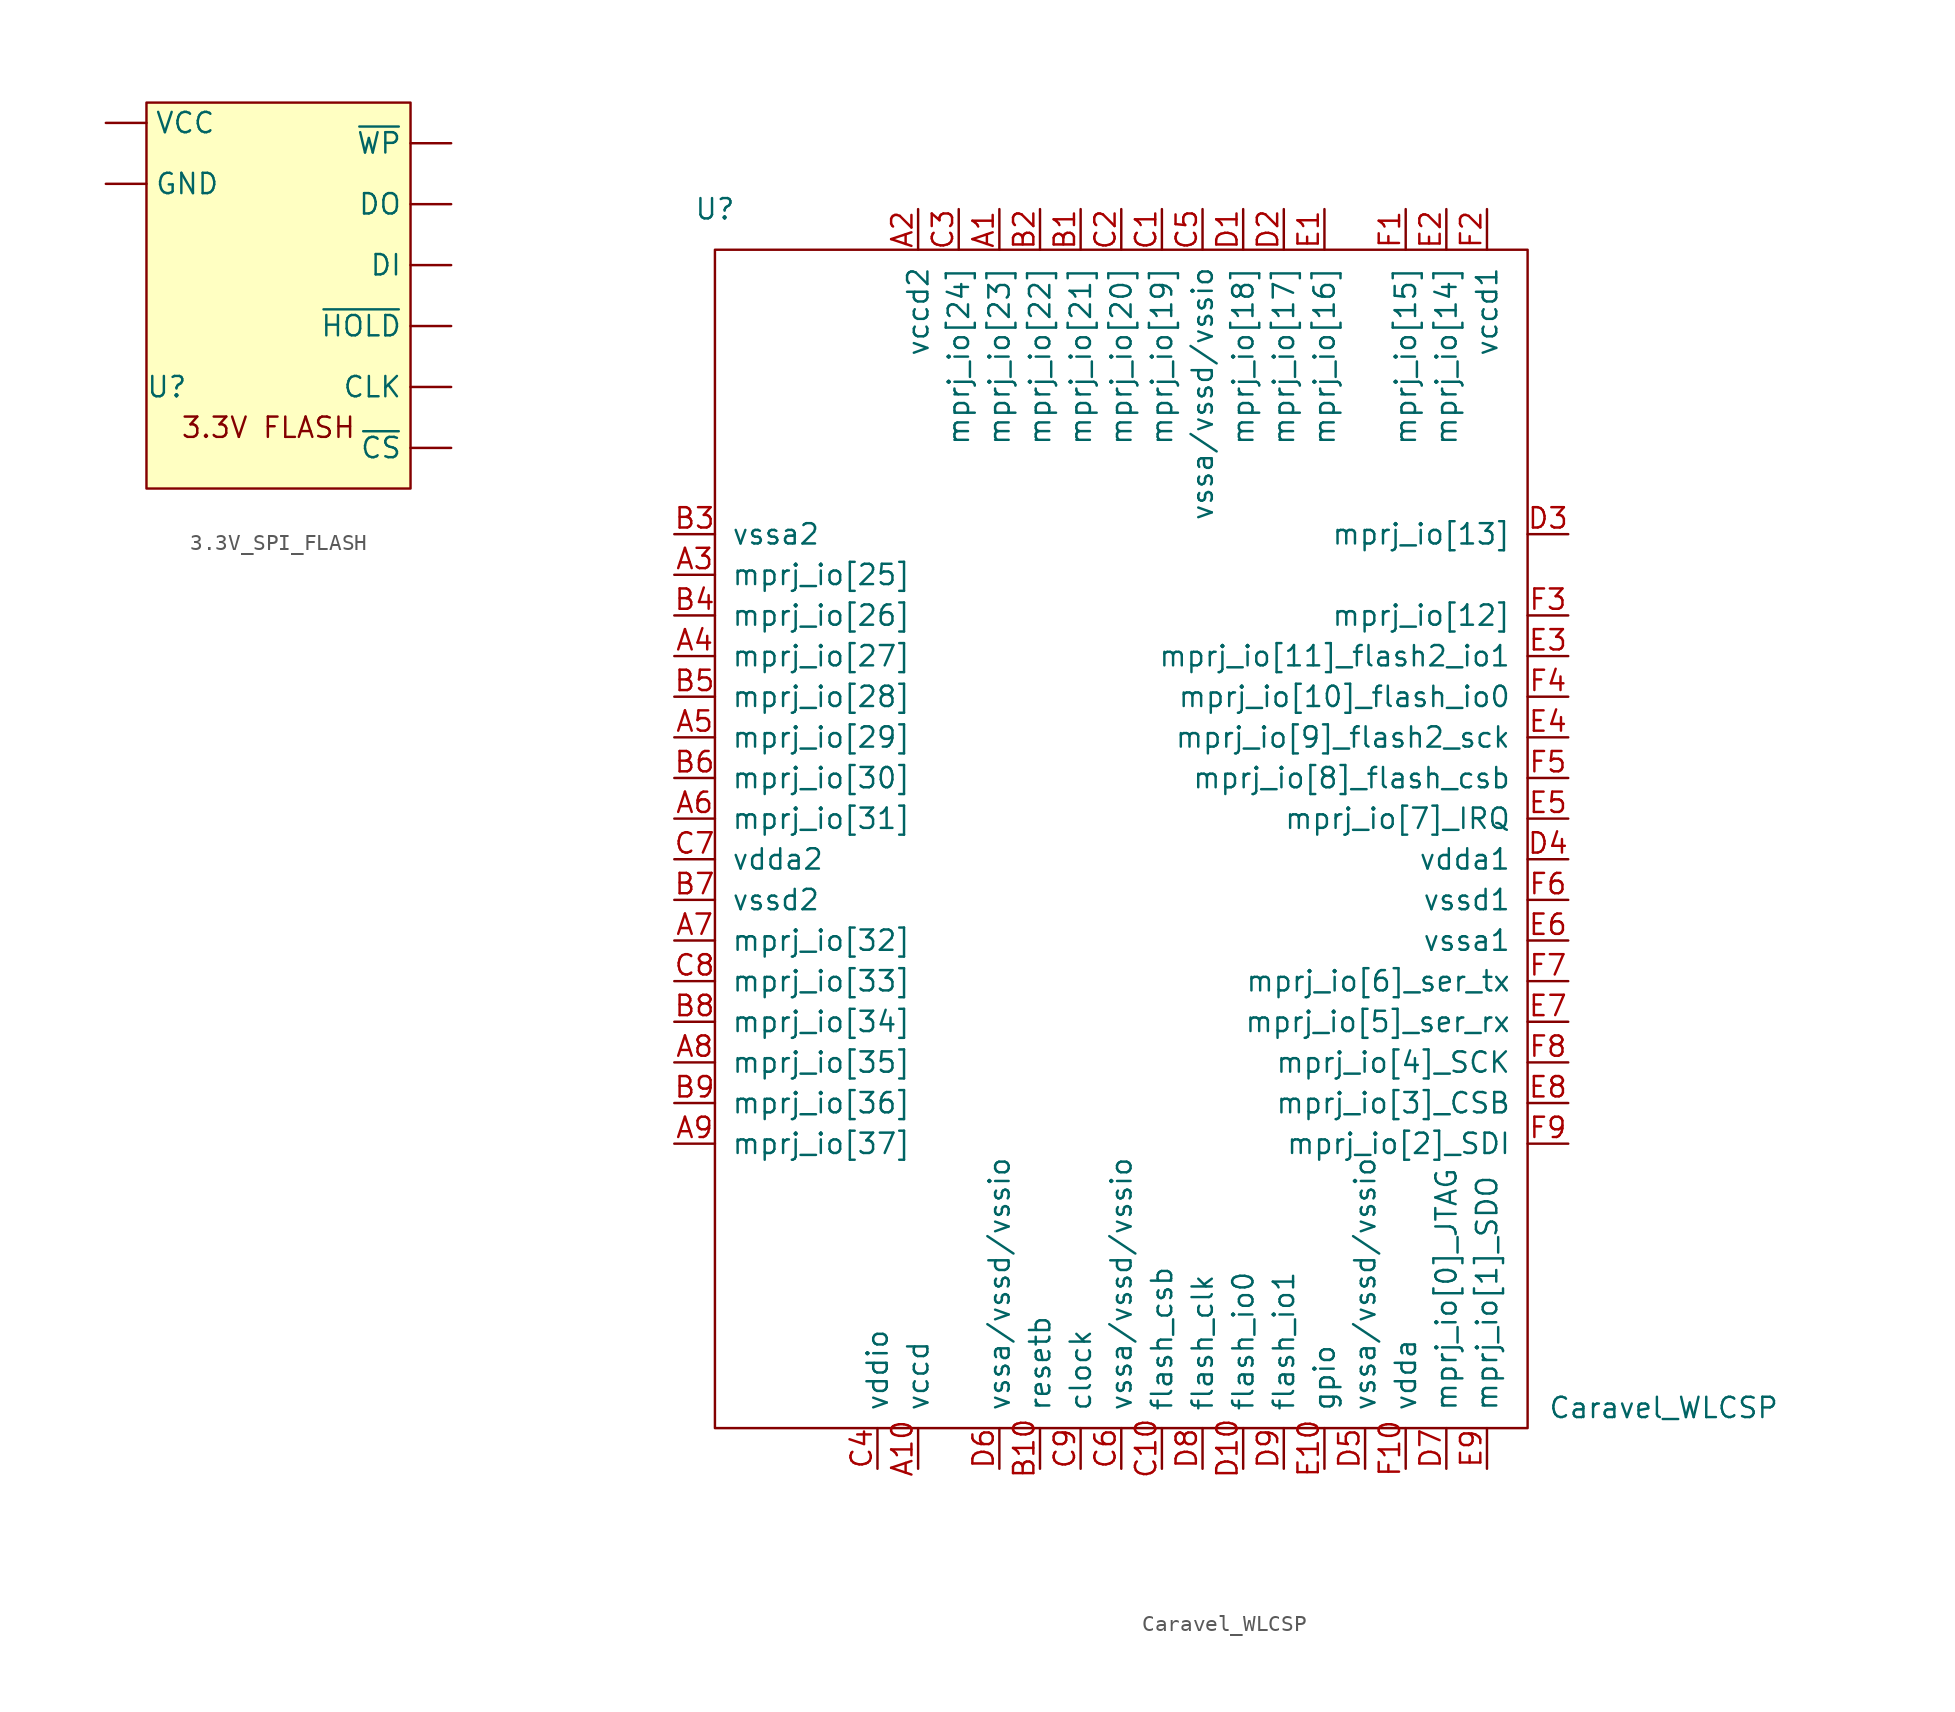
<source format=kicad_sym>
(kicad_symbol_lib
  (version 20211014)
  (generator kicad_symbol_editor)
  (symbol "3.3V_SPI_FLASH"
    (property "Reference" "U"
      (at -17.78 -8.89 0)
      (effects (font (size 1.27 1.27))))
    (property "Value" ""
      (at -2.54 -10.16 0)
      (effects (font (size 1.27 1.27))))
    (symbol "3.3V_SPI_FLASH_1_1"
      (rectangle (start -19.05 8.89) (end -2.54 -15.24) (stroke (width 0) (type default)) (fill (type background)))
      (text "3.3V FLASH" (at -11.43 -11.43 0) (effects (font (size 1.27 1.27))))
      (pin input line (at 0 -8.89 180) (length 2.54) (name "CLK" (effects (font (size 1.27 1.27)))) (number "" (effects (font (size 1.27 1.27)))))
      (pin input line (at 0 -1.27 180) (length 2.54) (name "DI" (effects (font (size 1.27 1.27)))) (number "" (effects (font (size 1.27 1.27)))))
      (pin input line (at 0 2.54 180) (length 2.54) (name "DO" (effects (font (size 1.27 1.27)))) (number "" (effects (font (size 1.27 1.27)))))
      (pin power_in line (at -21.59 3.81 0) (length 2.54) (name "GND" (effects (font (size 1.27 1.27)))) (number "" (effects (font (size 1.27 1.27)))))
      (pin power_in line (at -21.59 7.62 0) (length 2.54) (name "VCC" (effects (font (size 1.27 1.27)))) (number "" (effects (font (size 1.27 1.27)))))
      (pin input line (at 0 -12.7 180) (length 2.54) (name "~{CS}" (effects (font (size 1.27 1.27)))) (number "" (effects (font (size 1.27 1.27)))))
      (pin input line (at 0 -5.08 180) (length 2.54) (name "~{HOLD}" (effects (font (size 1.27 1.27)))) (number "" (effects (font (size 1.27 1.27)))))
      (pin input line (at 0 6.35 180) (length 2.54) (name "~{WP}" (effects (font (size 1.27 1.27)))) (number "" (effects (font (size 1.27 1.27)))))))
  (symbol "Caravel_WLCSP"
    (pin_names
      (offset 1.016))
    (property "Reference" "U"
      (at -24.13 34.29 0)
      (effects (font (size 1.27 1.27))))
    (property "Value" "Caravel_WLCSP"
      (at 27.94 -40.64 0)
      (effects (font (size 1.27 1.27)) (justify left)))
    (symbol "Caravel_WLCSP_0_1"
      (rectangle (start -24.13 31.75) (end 26.67 -41.91) (stroke (width 0) (type default) (color 0 0 0 0)) (fill (type none))))
    (symbol "Caravel_WLCSP_1_1"
      (pin bidirectional line (at -6.35 34.29 270) (length 2.54) (name "mprj_io[23]" (effects (font (size 1.27 1.27)))) (number "A1" (effects (font (size 1.27 1.27)))))
      (pin power_in line (at -11.43 -44.45 90) (length 2.54) (name "vccd" (effects (font (size 1.27 1.27)))) (number "A10" (effects (font (size 1.27 1.27)))))
      (pin power_in line (at -11.43 34.29 270) (length 2.54) (name "vccd2" (effects (font (size 1.27 1.27)))) (number "A2" (effects (font (size 1.27 1.27)))))
      (pin bidirectional line (at -26.67 11.43 0) (length 2.54) (name "mprj_io[25]" (effects (font (size 1.27 1.27)))) (number "A3" (effects (font (size 1.27 1.27)))))
      (pin bidirectional line (at -26.67 6.35 0) (length 2.54) (name "mprj_io[27]" (effects (font (size 1.27 1.27)))) (number "A4" (effects (font (size 1.27 1.27)))))
      (pin bidirectional line (at -26.67 1.27 0) (length 2.54) (name "mprj_io[29]" (effects (font (size 1.27 1.27)))) (number "A5" (effects (font (size 1.27 1.27)))))
      (pin bidirectional line (at -26.67 -3.81 0) (length 2.54) (name "mprj_io[31]" (effects (font (size 1.27 1.27)))) (number "A6" (effects (font (size 1.27 1.27)))))
      (pin bidirectional line (at -26.67 -11.43 0) (length 2.54) (name "mprj_io[32]" (effects (font (size 1.27 1.27)))) (number "A7" (effects (font (size 1.27 1.27)))))
      (pin bidirectional line (at -26.67 -19.05 0) (length 2.54) (name "mprj_io[35]" (effects (font (size 1.27 1.27)))) (number "A8" (effects (font (size 1.27 1.27)))))
      (pin bidirectional line (at -26.67 -24.13 0) (length 2.54) (name "mprj_io[37]" (effects (font (size 1.27 1.27)))) (number "A9" (effects (font (size 1.27 1.27)))))
      (pin bidirectional line (at -1.27 34.29 270) (length 2.54) (name "mprj_io[21]" (effects (font (size 1.27 1.27)))) (number "B1" (effects (font (size 1.27 1.27)))))
      (pin input line (at -3.81 -44.45 90) (length 2.54) (name "resetb" (effects (font (size 1.27 1.27)))) (number "B10" (effects (font (size 1.27 1.27)))))
      (pin bidirectional line (at -3.81 34.29 270) (length 2.54) (name "mprj_io[22]" (effects (font (size 1.27 1.27)))) (number "B2" (effects (font (size 1.27 1.27)))))
      (pin power_in line (at -26.67 13.97 0) (length 2.54) (name "vssa2" (effects (font (size 1.27 1.27)))) (number "B3" (effects (font (size 1.27 1.27)))))
      (pin bidirectional line (at -26.67 8.89 0) (length 2.54) (name "mprj_io[26]" (effects (font (size 1.27 1.27)))) (number "B4" (effects (font (size 1.27 1.27)))))
      (pin bidirectional line (at -26.67 3.81 0) (length 2.54) (name "mprj_io[28]" (effects (font (size 1.27 1.27)))) (number "B5" (effects (font (size 1.27 1.27)))))
      (pin bidirectional line (at -26.67 -1.27 0) (length 2.54) (name "mprj_io[30]" (effects (font (size 1.27 1.27)))) (number "B6" (effects (font (size 1.27 1.27)))))
      (pin power_in line (at -26.67 -8.89 0) (length 2.54) (name "vssd2" (effects (font (size 1.27 1.27)))) (number "B7" (effects (font (size 1.27 1.27)))))
      (pin bidirectional line (at -26.67 -16.51 0) (length 2.54) (name "mprj_io[34]" (effects (font (size 1.27 1.27)))) (number "B8" (effects (font (size 1.27 1.27)))))
      (pin bidirectional line (at -26.67 -21.59 0) (length 2.54) (name "mprj_io[36]" (effects (font (size 1.27 1.27)))) (number "B9" (effects (font (size 1.27 1.27)))))
      (pin bidirectional line (at 3.81 34.29 270) (length 2.54) (name "mprj_io[19]" (effects (font (size 1.27 1.27)))) (number "C1" (effects (font (size 1.27 1.27)))))
      (pin output line (at 3.81 -44.45 90) (length 2.54) (name "flash_csb" (effects (font (size 1.27 1.27)))) (number "C10" (effects (font (size 1.27 1.27)))))
      (pin bidirectional line (at 1.27 34.29 270) (length 2.54) (name "mprj_io[20]" (effects (font (size 1.27 1.27)))) (number "C2" (effects (font (size 1.27 1.27)))))
      (pin bidirectional line (at -8.89 34.29 270) (length 2.54) (name "mprj_io[24]" (effects (font (size 1.27 1.27)))) (number "C3" (effects (font (size 1.27 1.27)))))
      (pin power_in line (at -13.97 -44.45 90) (length 2.54) (name "vddio" (effects (font (size 1.27 1.27)))) (number "C4" (effects (font (size 1.27 1.27)))))
      (pin power_in line (at 6.35 34.29 270) (length 2.54) (name "vssa/vssd/vssio" (effects (font (size 1.27 1.27)))) (number "C5" (effects (font (size 1.27 1.27)))))
      (pin power_in line (at 1.27 -44.45 90) (length 2.54) (name "vssa/vssd/vssio" (effects (font (size 1.27 1.27)))) (number "C6" (effects (font (size 1.27 1.27)))))
      (pin power_in line (at -26.67 -6.35 0) (length 2.54) (name "vdda2" (effects (font (size 1.27 1.27)))) (number "C7" (effects (font (size 1.27 1.27)))))
      (pin bidirectional line (at -26.67 -13.97 0) (length 2.54) (name "mprj_io[33]" (effects (font (size 1.27 1.27)))) (number "C8" (effects (font (size 1.27 1.27)))))
      (pin input line (at -1.27 -44.45 90) (length 2.54) (name "clock" (effects (font (size 1.27 1.27)))) (number "C9" (effects (font (size 1.27 1.27)))))
      (pin bidirectional line (at 8.89 34.29 270) (length 2.54) (name "mprj_io[18]" (effects (font (size 1.27 1.27)))) (number "D1" (effects (font (size 1.27 1.27)))))
      (pin bidirectional line (at 8.89 -44.45 90) (length 2.54) (name "flash_io0" (effects (font (size 1.27 1.27)))) (number "D10" (effects (font (size 1.27 1.27)))))
      (pin bidirectional line (at 11.43 34.29 270) (length 2.54) (name "mprj_io[17]" (effects (font (size 1.27 1.27)))) (number "D2" (effects (font (size 1.27 1.27)))))
      (pin bidirectional line (at 29.21 13.97 180) (length 2.54) (name "mprj_io[13]" (effects (font (size 1.27 1.27)))) (number "D3" (effects (font (size 1.27 1.27)))))
      (pin power_in line (at 29.21 -6.35 180) (length 2.54) (name "vdda1" (effects (font (size 1.27 1.27)))) (number "D4" (effects (font (size 1.27 1.27)))))
      (pin power_in line (at 16.51 -44.45 90) (length 2.54) (name "vssa/vssd/vssio" (effects (font (size 1.27 1.27)))) (number "D5" (effects (font (size 1.27 1.27)))))
      (pin power_in line (at -6.35 -44.45 90) (length 2.54) (name "vssa/vssd/vssio" (effects (font (size 1.27 1.27)))) (number "D6" (effects (font (size 1.27 1.27)))))
      (pin bidirectional line (at 21.59 -44.45 90) (length 2.54) (name "mprj_io[0]_JTAG" (effects (font (size 1.27 1.27)))) (number "D7" (effects (font (size 1.27 1.27)))))
      (pin output line (at 6.35 -44.45 90) (length 2.54) (name "flash_clk" (effects (font (size 1.27 1.27)))) (number "D8" (effects (font (size 1.27 1.27)))))
      (pin bidirectional line (at 11.43 -44.45 90) (length 2.54) (name "flash_io1" (effects (font (size 1.27 1.27)))) (number "D9" (effects (font (size 1.27 1.27)))))
      (pin bidirectional line (at 13.97 34.29 270) (length 2.54) (name "mprj_io[16]" (effects (font (size 1.27 1.27)))) (number "E1" (effects (font (size 1.27 1.27)))))
      (pin bidirectional line (at 13.97 -44.45 90) (length 2.54) (name "gpio" (effects (font (size 1.27 1.27)))) (number "E10" (effects (font (size 1.27 1.27)))))
      (pin bidirectional line (at 21.59 34.29 270) (length 2.54) (name "mprj_io[14]" (effects (font (size 1.27 1.27)))) (number "E2" (effects (font (size 1.27 1.27)))))
      (pin bidirectional line (at 29.21 6.35 180) (length 2.54) (name "mprj_io[11]_flash2_io1" (effects (font (size 1.27 1.27)))) (number "E3" (effects (font (size 1.27 1.27)))))
      (pin bidirectional line (at 29.21 1.27 180) (length 2.54) (name "mprj_io[9]_flash2_sck" (effects (font (size 1.27 1.27)))) (number "E4" (effects (font (size 1.27 1.27)))))
      (pin bidirectional line (at 29.21 -3.81 180) (length 2.54) (name "mprj_io[7]_IRQ" (effects (font (size 1.27 1.27)))) (number "E5" (effects (font (size 1.27 1.27)))))
      (pin power_in line (at 29.21 -11.43 180) (length 2.54) (name "vssa1" (effects (font (size 1.27 1.27)))) (number "E6" (effects (font (size 1.27 1.27)))))
      (pin bidirectional line (at 29.21 -16.51 180) (length 2.54) (name "mprj_io[5]_ser_rx" (effects (font (size 1.27 1.27)))) (number "E7" (effects (font (size 1.27 1.27)))))
      (pin bidirectional line (at 29.21 -21.59 180) (length 2.54) (name "mprj_io[3]_CSB" (effects (font (size 1.27 1.27)))) (number "E8" (effects (font (size 1.27 1.27)))))
      (pin bidirectional line (at 24.13 -44.45 90) (length 2.54) (name "mprj_io[1]_SDO" (effects (font (size 1.27 1.27)))) (number "E9" (effects (font (size 1.27 1.27)))))
      (pin bidirectional line (at 19.05 34.29 270) (length 2.54) (name "mprj_io[15]" (effects (font (size 1.27 1.27)))) (number "F1" (effects (font (size 1.27 1.27)))))
      (pin power_in line (at 19.05 -44.45 90) (length 2.54) (name "vdda" (effects (font (size 1.27 1.27)))) (number "F10" (effects (font (size 1.27 1.27)))))
      (pin power_in line (at 24.13 34.29 270) (length 2.54) (name "vccd1" (effects (font (size 1.27 1.27)))) (number "F2" (effects (font (size 1.27 1.27)))))
      (pin bidirectional line (at 29.21 8.89 180) (length 2.54) (name "mprj_io[12]" (effects (font (size 1.27 1.27)))) (number "F3" (effects (font (size 1.27 1.27)))))
      (pin bidirectional line (at 29.21 3.81 180) (length 2.54) (name "mprj_io[10]_flash_io0" (effects (font (size 1.27 1.27)))) (number "F4" (effects (font (size 1.27 1.27)))))
      (pin bidirectional line (at 29.21 -1.27 180) (length 2.54) (name "mprj_io[8]_flash_csb" (effects (font (size 1.27 1.27)))) (number "F5" (effects (font (size 1.27 1.27)))))
      (pin power_in line (at 29.21 -8.89 180) (length 2.54) (name "vssd1" (effects (font (size 1.27 1.27)))) (number "F6" (effects (font (size 1.27 1.27)))))
      (pin bidirectional line (at 29.21 -13.97 180) (length 2.54) (name "mprj_io[6]_ser_tx" (effects (font (size 1.27 1.27)))) (number "F7" (effects (font (size 1.27 1.27)))))
      (pin bidirectional line (at 29.21 -19.05 180) (length 2.54) (name "mprj_io[4]_SCK" (effects (font (size 1.27 1.27)))) (number "F8" (effects (font (size 1.27 1.27)))))
      (pin bidirectional line (at 29.21 -24.13 180) (length 2.54) (name "mprj_io[2]_SDI" (effects (font (size 1.27 1.27)))) (number "F9" (effects (font (size 1.27 1.27))))))))
</source>
